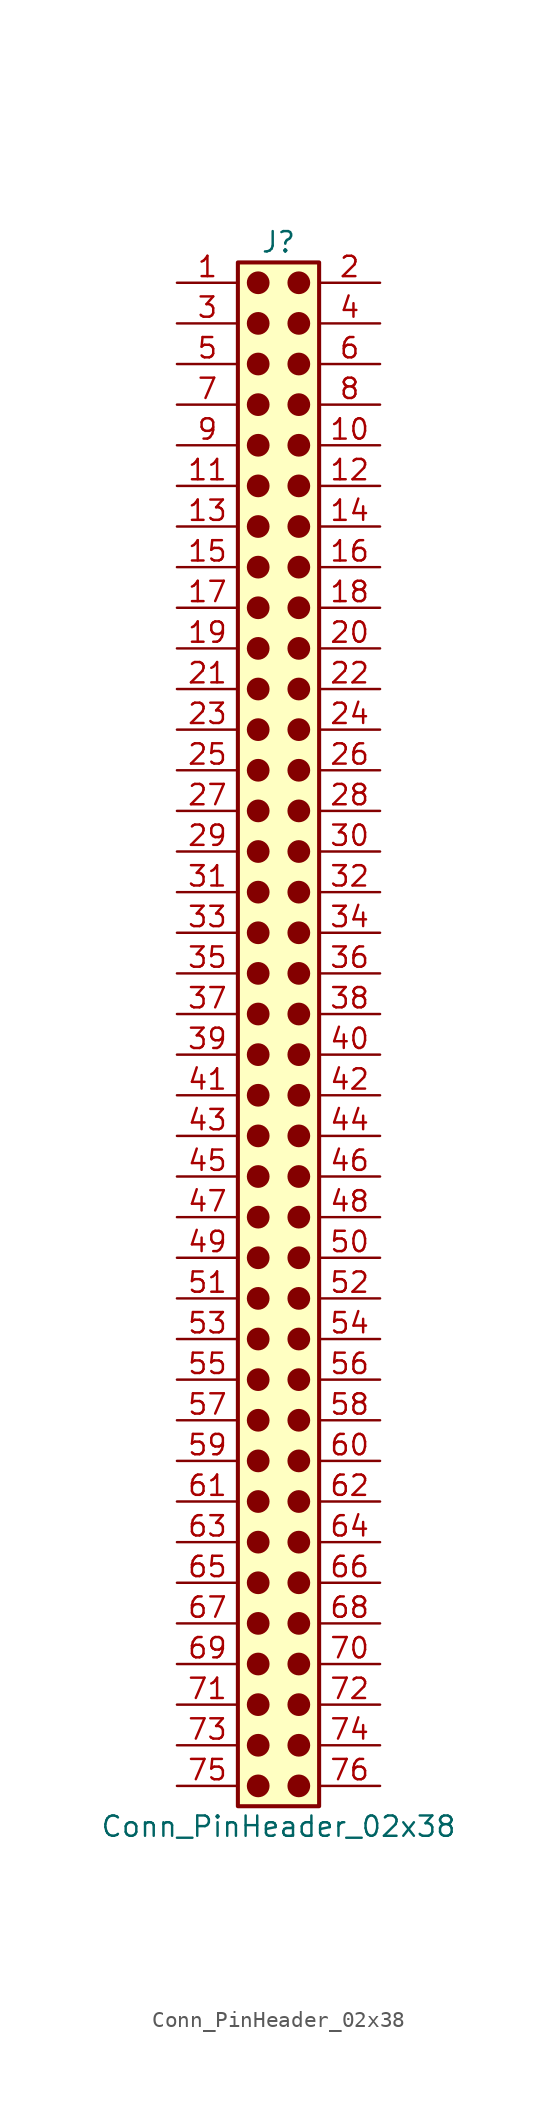
<source format=kicad_sym>
(kicad_symbol_lib
  (version 20241209)
  (generator "kicad_symbol_editor")
  (generator_version "9.0")
  (symbol "Conn_PinHeader_02x38"
    (pin_names
      (offset 1.016)
      (hide yes))
    (property "Reference" "J"
      (at 1.27 48.26 0)
      (effects (font (size 1.27 1.27))))
    (property "Value" "Conn_PinHeader_02x38"
      (at 1.27 -50.8 0)
      (effects (font (size 1.27 1.27))))
    (symbol "Conn_PinHeader_02x38_1_1"
      (rectangle (start -1.27 46.99) (end 3.81 -49.53) (stroke (width 0.254) (type default)) (fill (type background)))
      (circle (center 0 45.72) (radius 0.635) (stroke (width 0) (type solid) (color 132 0 0 1)) (fill (type outline)))
      (circle (center 0 43.18) (radius 0.635) (stroke (width 0) (type solid) (color 132 0 0 1)) (fill (type outline)))
      (circle (center 0 40.64) (radius 0.635) (stroke (width 0) (type solid) (color 132 0 0 1)) (fill (type outline)))
      (circle (center 0 38.1) (radius 0.635) (stroke (width 0) (type solid) (color 132 0 0 1)) (fill (type outline)))
      (circle (center 0 35.56) (radius 0.635) (stroke (width 0) (type solid) (color 132 0 0 1)) (fill (type outline)))
      (circle (center 0 33.02) (radius 0.635) (stroke (width 0) (type solid) (color 132 0 0 1)) (fill (type outline)))
      (circle (center 0 30.48) (radius 0.635) (stroke (width 0) (type solid) (color 132 0 0 1)) (fill (type outline)))
      (circle (center 0 27.94) (radius 0.635) (stroke (width 0) (type solid) (color 132 0 0 1)) (fill (type outline)))
      (circle (center 0 25.4) (radius 0.635) (stroke (width 0) (type solid) (color 132 0 0 1)) (fill (type outline)))
      (circle (center 0 22.86) (radius 0.635) (stroke (width 0) (type solid) (color 132 0 0 1)) (fill (type outline)))
      (circle (center 0 20.32) (radius 0.635) (stroke (width 0) (type solid) (color 132 0 0 1)) (fill (type outline)))
      (circle (center 0 17.78) (radius 0.635) (stroke (width 0) (type solid) (color 132 0 0 1)) (fill (type outline)))
      (circle (center 0 15.24) (radius 0.635) (stroke (width 0) (type solid) (color 132 0 0 1)) (fill (type outline)))
      (circle (center 0 12.7) (radius 0.635) (stroke (width 0) (type solid) (color 132 0 0 1)) (fill (type outline)))
      (circle (center 0 10.16) (radius 0.635) (stroke (width 0) (type solid) (color 132 0 0 1)) (fill (type outline)))
      (circle (center 0 7.62) (radius 0.635) (stroke (width 0) (type solid) (color 132 0 0 1)) (fill (type outline)))
      (circle (center 0 5.08) (radius 0.635) (stroke (width 0) (type solid) (color 132 0 0 1)) (fill (type outline)))
      (circle (center 0 2.54) (radius 0.635) (stroke (width 0) (type solid) (color 132 0 0 1)) (fill (type outline)))
      (circle (center 0 0) (radius 0.635) (stroke (width 0) (type solid) (color 132 0 0 1)) (fill (type outline)))
      (circle (center 0 -2.54) (radius 0.635) (stroke (width 0) (type solid) (color 132 0 0 1)) (fill (type outline)))
      (circle (center 0 -5.08) (radius 0.635) (stroke (width 0) (type solid) (color 132 0 0 1)) (fill (type outline)))
      (circle (center 0 -7.62) (radius 0.635) (stroke (width 0) (type solid) (color 132 0 0 1)) (fill (type outline)))
      (circle (center 0 -10.16) (radius 0.635) (stroke (width 0) (type solid) (color 132 0 0 1)) (fill (type outline)))
      (circle (center 0 -12.7) (radius 0.635) (stroke (width 0) (type solid) (color 132 0 0 1)) (fill (type outline)))
      (circle (center 0 -15.24) (radius 0.635) (stroke (width 0) (type solid) (color 132 0 0 1)) (fill (type outline)))
      (circle (center 0 -17.78) (radius 0.635) (stroke (width 0) (type solid) (color 132 0 0 1)) (fill (type outline)))
      (circle (center 0 -20.32) (radius 0.635) (stroke (width 0) (type solid) (color 132 0 0 1)) (fill (type outline)))
      (circle (center 0 -22.86) (radius 0.635) (stroke (width 0) (type solid) (color 132 0 0 1)) (fill (type outline)))
      (circle (center 0 -25.4) (radius 0.635) (stroke (width 0) (type solid) (color 132 0 0 1)) (fill (type outline)))
      (circle (center 0 -27.94) (radius 0.635) (stroke (width 0) (type solid) (color 132 0 0 1)) (fill (type outline)))
      (circle (center 0 -30.48) (radius 0.635) (stroke (width 0) (type solid) (color 132 0 0 1)) (fill (type outline)))
      (circle (center 0 -33.02) (radius 0.635) (stroke (width 0) (type solid) (color 132 0 0 1)) (fill (type outline)))
      (circle (center 0 -35.56) (radius 0.635) (stroke (width 0) (type solid) (color 132 0 0 1)) (fill (type outline)))
      (circle (center 0 -38.1) (radius 0.635) (stroke (width 0) (type solid) (color 132 0 0 1)) (fill (type outline)))
      (circle (center 0 -40.64) (radius 0.635) (stroke (width 0) (type solid) (color 132 0 0 1)) (fill (type outline)))
      (circle (center 0 -43.18) (radius 0.635) (stroke (width 0) (type solid) (color 132 0 0 1)) (fill (type outline)))
      (circle (center 0 -45.72) (radius 0.635) (stroke (width 0) (type solid) (color 132 0 0 1)) (fill (type outline)))
      (circle (center 0 -48.26) (radius 0.635) (stroke (width 0) (type solid) (color 132 0 0 1)) (fill (type outline)))
      (circle (center 2.54 45.72) (radius 0.635) (stroke (width 0) (type solid) (color 132 0 0 1)) (fill (type outline)))
      (circle (center 2.54 43.18) (radius 0.635) (stroke (width 0) (type solid) (color 132 0 0 1)) (fill (type outline)))
      (circle (center 2.54 40.64) (radius 0.635) (stroke (width 0) (type solid) (color 132 0 0 1)) (fill (type outline)))
      (circle (center 2.54 38.1) (radius 0.635) (stroke (width 0) (type solid) (color 132 0 0 1)) (fill (type outline)))
      (circle (center 2.54 35.56) (radius 0.635) (stroke (width 0) (type solid) (color 132 0 0 1)) (fill (type outline)))
      (circle (center 2.54 33.02) (radius 0.635) (stroke (width 0) (type solid) (color 132 0 0 1)) (fill (type outline)))
      (circle (center 2.54 30.48) (radius 0.635) (stroke (width 0) (type solid) (color 132 0 0 1)) (fill (type outline)))
      (circle (center 2.54 27.94) (radius 0.635) (stroke (width 0) (type solid) (color 132 0 0 1)) (fill (type outline)))
      (circle (center 2.54 25.4) (radius 0.635) (stroke (width 0) (type solid) (color 132 0 0 1)) (fill (type outline)))
      (circle (center 2.54 22.86) (radius 0.635) (stroke (width 0) (type solid) (color 132 0 0 1)) (fill (type outline)))
      (circle (center 2.54 20.32) (radius 0.635) (stroke (width 0) (type solid) (color 132 0 0 1)) (fill (type outline)))
      (circle (center 2.54 17.78) (radius 0.635) (stroke (width 0) (type solid) (color 132 0 0 1)) (fill (type outline)))
      (circle (center 2.54 15.24) (radius 0.635) (stroke (width 0) (type solid) (color 132 0 0 1)) (fill (type outline)))
      (circle (center 2.54 12.7) (radius 0.635) (stroke (width 0) (type solid) (color 132 0 0 1)) (fill (type outline)))
      (circle (center 2.54 10.16) (radius 0.635) (stroke (width 0) (type solid) (color 132 0 0 1)) (fill (type outline)))
      (circle (center 2.54 7.62) (radius 0.635) (stroke (width 0) (type solid) (color 132 0 0 1)) (fill (type outline)))
      (circle (center 2.54 5.08) (radius 0.635) (stroke (width 0) (type solid) (color 132 0 0 1)) (fill (type outline)))
      (circle (center 2.54 2.54) (radius 0.635) (stroke (width 0) (type solid) (color 132 0 0 1)) (fill (type outline)))
      (circle (center 2.54 0) (radius 0.635) (stroke (width 0) (type solid) (color 132 0 0 1)) (fill (type outline)))
      (circle (center 2.54 -2.54) (radius 0.635) (stroke (width 0) (type solid) (color 132 0 0 1)) (fill (type outline)))
      (circle (center 2.54 -5.08) (radius 0.635) (stroke (width 0) (type solid) (color 132 0 0 1)) (fill (type outline)))
      (circle (center 2.54 -7.62) (radius 0.635) (stroke (width 0) (type solid) (color 132 0 0 1)) (fill (type outline)))
      (circle (center 2.54 -10.16) (radius 0.635) (stroke (width 0) (type solid) (color 132 0 0 1)) (fill (type outline)))
      (circle (center 2.54 -12.7) (radius 0.635) (stroke (width 0) (type solid) (color 132 0 0 1)) (fill (type outline)))
      (circle (center 2.54 -15.24) (radius 0.635) (stroke (width 0) (type solid) (color 132 0 0 1)) (fill (type outline)))
      (circle (center 2.54 -17.78) (radius 0.635) (stroke (width 0) (type solid) (color 132 0 0 1)) (fill (type outline)))
      (circle (center 2.54 -20.32) (radius 0.635) (stroke (width 0) (type solid) (color 132 0 0 1)) (fill (type outline)))
      (circle (center 2.54 -22.86) (radius 0.635) (stroke (width 0) (type solid) (color 132 0 0 1)) (fill (type outline)))
      (circle (center 2.54 -25.4) (radius 0.635) (stroke (width 0) (type solid) (color 132 0 0 1)) (fill (type outline)))
      (circle (center 2.54 -27.94) (radius 0.635) (stroke (width 0) (type solid) (color 132 0 0 1)) (fill (type outline)))
      (circle (center 2.54 -30.48) (radius 0.635) (stroke (width 0) (type solid) (color 132 0 0 1)) (fill (type outline)))
      (circle (center 2.54 -33.02) (radius 0.635) (stroke (width 0) (type solid) (color 132 0 0 1)) (fill (type outline)))
      (circle (center 2.54 -35.56) (radius 0.635) (stroke (width 0) (type solid) (color 132 0 0 1)) (fill (type outline)))
      (circle (center 2.54 -38.1) (radius 0.635) (stroke (width 0) (type solid) (color 132 0 0 1)) (fill (type outline)))
      (circle (center 2.54 -40.64) (radius 0.635) (stroke (width 0) (type solid) (color 132 0 0 1)) (fill (type outline)))
      (circle (center 2.54 -43.18) (radius 0.635) (stroke (width 0) (type solid) (color 132 0 0 1)) (fill (type outline)))
      (circle (center 2.54 -45.72) (radius 0.635) (stroke (width 0) (type solid) (color 132 0 0 1)) (fill (type outline)))
      (circle (center 2.54 -48.26) (radius 0.635) (stroke (width 0) (type solid) (color 132 0 0 1)) (fill (type outline)))
      (pin passive line (at -5.08 45.72 0) (length 3.81) (name "Pin_1" (effects (font (size 1.27 1.27)))) (number "1" (effects (font (size 1.27 1.27)))))
      (pin passive line (at -5.08 43.18 0) (length 3.81) (name "Pin_3" (effects (font (size 1.27 1.27)))) (number "3" (effects (font (size 1.27 1.27)))))
      (pin passive line (at -5.08 40.64 0) (length 3.81) (name "Pin_5" (effects (font (size 1.27 1.27)))) (number "5" (effects (font (size 1.27 1.27)))))
      (pin passive line (at -5.08 38.1 0) (length 3.81) (name "Pin_7" (effects (font (size 1.27 1.27)))) (number "7" (effects (font (size 1.27 1.27)))))
      (pin passive line (at -5.08 35.56 0) (length 3.81) (name "Pin_9" (effects (font (size 1.27 1.27)))) (number "9" (effects (font (size 1.27 1.27)))))
      (pin passive line (at -5.08 33.02 0) (length 3.81) (name "Pin_11" (effects (font (size 1.27 1.27)))) (number "11" (effects (font (size 1.27 1.27)))))
      (pin passive line (at -5.08 30.48 0) (length 3.81) (name "Pin_13" (effects (font (size 1.27 1.27)))) (number "13" (effects (font (size 1.27 1.27)))))
      (pin passive line (at -5.08 27.94 0) (length 3.81) (name "Pin_15" (effects (font (size 1.27 1.27)))) (number "15" (effects (font (size 1.27 1.27)))))
      (pin passive line (at -5.08 25.4 0) (length 3.81) (name "Pin_17" (effects (font (size 1.27 1.27)))) (number "17" (effects (font (size 1.27 1.27)))))
      (pin passive line (at -5.08 22.86 0) (length 3.81) (name "Pin_19" (effects (font (size 1.27 1.27)))) (number "19" (effects (font (size 1.27 1.27)))))
      (pin passive line (at -5.08 20.32 0) (length 3.81) (name "Pin_21" (effects (font (size 1.27 1.27)))) (number "21" (effects (font (size 1.27 1.27)))))
      (pin passive line (at -5.08 17.78 0) (length 3.81) (name "Pin_23" (effects (font (size 1.27 1.27)))) (number "23" (effects (font (size 1.27 1.27)))))
      (pin passive line (at -5.08 15.24 0) (length 3.81) (name "Pin_25" (effects (font (size 1.27 1.27)))) (number "25" (effects (font (size 1.27 1.27)))))
      (pin passive line (at -5.08 12.7 0) (length 3.81) (name "Pin_27" (effects (font (size 1.27 1.27)))) (number "27" (effects (font (size 1.27 1.27)))))
      (pin passive line (at -5.08 10.16 0) (length 3.81) (name "Pin_29" (effects (font (size 1.27 1.27)))) (number "29" (effects (font (size 1.27 1.27)))))
      (pin passive line (at -5.08 7.62 0) (length 3.81) (name "Pin_31" (effects (font (size 1.27 1.27)))) (number "31" (effects (font (size 1.27 1.27)))))
      (pin passive line (at -5.08 5.08 0) (length 3.81) (name "Pin_33" (effects (font (size 1.27 1.27)))) (number "33" (effects (font (size 1.27 1.27)))))
      (pin passive line (at -5.08 2.54 0) (length 3.81) (name "Pin_35" (effects (font (size 1.27 1.27)))) (number "35" (effects (font (size 1.27 1.27)))))
      (pin passive line (at -5.08 0 0) (length 3.81) (name "Pin_37" (effects (font (size 1.27 1.27)))) (number "37" (effects (font (size 1.27 1.27)))))
      (pin passive line (at -5.08 -2.54 0) (length 3.81) (name "Pin_39" (effects (font (size 1.27 1.27)))) (number "39" (effects (font (size 1.27 1.27)))))
      (pin passive line (at -5.08 -5.08 0) (length 3.81) (name "Pin_41" (effects (font (size 1.27 1.27)))) (number "41" (effects (font (size 1.27 1.27)))))
      (pin passive line (at -5.08 -7.62 0) (length 3.81) (name "Pin_43" (effects (font (size 1.27 1.27)))) (number "43" (effects (font (size 1.27 1.27)))))
      (pin passive line (at -5.08 -10.16 0) (length 3.81) (name "Pin_45" (effects (font (size 1.27 1.27)))) (number "45" (effects (font (size 1.27 1.27)))))
      (pin passive line (at -5.08 -12.7 0) (length 3.81) (name "Pin_47" (effects (font (size 1.27 1.27)))) (number "47" (effects (font (size 1.27 1.27)))))
      (pin passive line (at -5.08 -15.24 0) (length 3.81) (name "Pin_49" (effects (font (size 1.27 1.27)))) (number "49" (effects (font (size 1.27 1.27)))))
      (pin passive line (at -5.08 -17.78 0) (length 3.81) (name "Pin_51" (effects (font (size 1.27 1.27)))) (number "51" (effects (font (size 1.27 1.27)))))
      (pin passive line (at -5.08 -20.32 0) (length 3.81) (name "Pin_53" (effects (font (size 1.27 1.27)))) (number "53" (effects (font (size 1.27 1.27)))))
      (pin passive line (at -5.08 -22.86 0) (length 3.81) (name "Pin_55" (effects (font (size 1.27 1.27)))) (number "55" (effects (font (size 1.27 1.27)))))
      (pin passive line (at -5.08 -25.4 0) (length 3.81) (name "Pin_57" (effects (font (size 1.27 1.27)))) (number "57" (effects (font (size 1.27 1.27)))))
      (pin passive line (at -5.08 -27.94 0) (length 3.81) (name "Pin_59" (effects (font (size 1.27 1.27)))) (number "59" (effects (font (size 1.27 1.27)))))
      (pin passive line (at -5.08 -30.48 0) (length 3.81) (name "Pin_61" (effects (font (size 1.27 1.27)))) (number "61" (effects (font (size 1.27 1.27)))))
      (pin passive line (at -5.08 -33.02 0) (length 3.81) (name "Pin_63" (effects (font (size 1.27 1.27)))) (number "63" (effects (font (size 1.27 1.27)))))
      (pin passive line (at -5.08 -35.56 0) (length 3.81) (name "Pin_65" (effects (font (size 1.27 1.27)))) (number "65" (effects (font (size 1.27 1.27)))))
      (pin passive line (at -5.08 -38.1 0) (length 3.81) (name "Pin_67" (effects (font (size 1.27 1.27)))) (number "67" (effects (font (size 1.27 1.27)))))
      (pin passive line (at -5.08 -40.64 0) (length 3.81) (name "Pin_69" (effects (font (size 1.27 1.27)))) (number "69" (effects (font (size 1.27 1.27)))))
      (pin passive line (at -5.08 -43.18 0) (length 3.81) (name "Pin_71" (effects (font (size 1.27 1.27)))) (number "71" (effects (font (size 1.27 1.27)))))
      (pin passive line (at -5.08 -45.72 0) (length 3.81) (name "Pin_73" (effects (font (size 1.27 1.27)))) (number "73" (effects (font (size 1.27 1.27)))))
      (pin passive line (at -5.08 -48.26 0) (length 3.81) (name "Pin_75" (effects (font (size 1.27 1.27)))) (number "75" (effects (font (size 1.27 1.27)))))
      (pin passive line (at 7.62 45.72 180) (length 3.81) (name "Pin_2" (effects (font (size 1.27 1.27)))) (number "2" (effects (font (size 1.27 1.27)))))
      (pin passive line (at 7.62 43.18 180) (length 3.81) (name "Pin_4" (effects (font (size 1.27 1.27)))) (number "4" (effects (font (size 1.27 1.27)))))
      (pin passive line (at 7.62 40.64 180) (length 3.81) (name "Pin_6" (effects (font (size 1.27 1.27)))) (number "6" (effects (font (size 1.27 1.27)))))
      (pin passive line (at 7.62 38.1 180) (length 3.81) (name "Pin_8" (effects (font (size 1.27 1.27)))) (number "8" (effects (font (size 1.27 1.27)))))
      (pin passive line (at 7.62 35.56 180) (length 3.81) (name "Pin_10" (effects (font (size 1.27 1.27)))) (number "10" (effects (font (size 1.27 1.27)))))
      (pin passive line (at 7.62 33.02 180) (length 3.81) (name "Pin_12" (effects (font (size 1.27 1.27)))) (number "12" (effects (font (size 1.27 1.27)))))
      (pin passive line (at 7.62 30.48 180) (length 3.81) (name "Pin_14" (effects (font (size 1.27 1.27)))) (number "14" (effects (font (size 1.27 1.27)))))
      (pin passive line (at 7.62 27.94 180) (length 3.81) (name "Pin_16" (effects (font (size 1.27 1.27)))) (number "16" (effects (font (size 1.27 1.27)))))
      (pin passive line (at 7.62 25.4 180) (length 3.81) (name "Pin_18" (effects (font (size 1.27 1.27)))) (number "18" (effects (font (size 1.27 1.27)))))
      (pin passive line (at 7.62 22.86 180) (length 3.81) (name "Pin_20" (effects (font (size 1.27 1.27)))) (number "20" (effects (font (size 1.27 1.27)))))
      (pin passive line (at 7.62 20.32 180) (length 3.81) (name "Pin_22" (effects (font (size 1.27 1.27)))) (number "22" (effects (font (size 1.27 1.27)))))
      (pin passive line (at 7.62 17.78 180) (length 3.81) (name "Pin_24" (effects (font (size 1.27 1.27)))) (number "24" (effects (font (size 1.27 1.27)))))
      (pin passive line (at 7.62 15.24 180) (length 3.81) (name "Pin_26" (effects (font (size 1.27 1.27)))) (number "26" (effects (font (size 1.27 1.27)))))
      (pin passive line (at 7.62 12.7 180) (length 3.81) (name "Pin_28" (effects (font (size 1.27 1.27)))) (number "28" (effects (font (size 1.27 1.27)))))
      (pin passive line (at 7.62 10.16 180) (length 3.81) (name "Pin_30" (effects (font (size 1.27 1.27)))) (number "30" (effects (font (size 1.27 1.27)))))
      (pin passive line (at 7.62 7.62 180) (length 3.81) (name "Pin_32" (effects (font (size 1.27 1.27)))) (number "32" (effects (font (size 1.27 1.27)))))
      (pin passive line (at 7.62 5.08 180) (length 3.81) (name "Pin_34" (effects (font (size 1.27 1.27)))) (number "34" (effects (font (size 1.27 1.27)))))
      (pin passive line (at 7.62 2.54 180) (length 3.81) (name "Pin_36" (effects (font (size 1.27 1.27)))) (number "36" (effects (font (size 1.27 1.27)))))
      (pin passive line (at 7.62 0 180) (length 3.81) (name "Pin_38" (effects (font (size 1.27 1.27)))) (number "38" (effects (font (size 1.27 1.27)))))
      (pin passive line (at 7.62 -2.54 180) (length 3.81) (name "Pin_40" (effects (font (size 1.27 1.27)))) (number "40" (effects (font (size 1.27 1.27)))))
      (pin passive line (at 7.62 -5.08 180) (length 3.81) (name "Pin_42" (effects (font (size 1.27 1.27)))) (number "42" (effects (font (size 1.27 1.27)))))
      (pin passive line (at 7.62 -7.62 180) (length 3.81) (name "Pin_44" (effects (font (size 1.27 1.27)))) (number "44" (effects (font (size 1.27 1.27)))))
      (pin passive line (at 7.62 -10.16 180) (length 3.81) (name "Pin_46" (effects (font (size 1.27 1.27)))) (number "46" (effects (font (size 1.27 1.27)))))
      (pin passive line (at 7.62 -12.7 180) (length 3.81) (name "Pin_48" (effects (font (size 1.27 1.27)))) (number "48" (effects (font (size 1.27 1.27)))))
      (pin passive line (at 7.62 -15.24 180) (length 3.81) (name "Pin_50" (effects (font (size 1.27 1.27)))) (number "50" (effects (font (size 1.27 1.27)))))
      (pin passive line (at 7.62 -17.78 180) (length 3.81) (name "Pin_52" (effects (font (size 1.27 1.27)))) (number "52" (effects (font (size 1.27 1.27)))))
      (pin passive line (at 7.62 -20.32 180) (length 3.81) (name "Pin_54" (effects (font (size 1.27 1.27)))) (number "54" (effects (font (size 1.27 1.27)))))
      (pin passive line (at 7.62 -22.86 180) (length 3.81) (name "Pin_56" (effects (font (size 1.27 1.27)))) (number "56" (effects (font (size 1.27 1.27)))))
      (pin passive line (at 7.62 -25.4 180) (length 3.81) (name "Pin_58" (effects (font (size 1.27 1.27)))) (number "58" (effects (font (size 1.27 1.27)))))
      (pin passive line (at 7.62 -27.94 180) (length 3.81) (name "Pin_60" (effects (font (size 1.27 1.27)))) (number "60" (effects (font (size 1.27 1.27)))))
      (pin passive line (at 7.62 -30.48 180) (length 3.81) (name "Pin_62" (effects (font (size 1.27 1.27)))) (number "62" (effects (font (size 1.27 1.27)))))
      (pin passive line (at 7.62 -33.02 180) (length 3.81) (name "Pin_64" (effects (font (size 1.27 1.27)))) (number "64" (effects (font (size 1.27 1.27)))))
      (pin passive line (at 7.62 -35.56 180) (length 3.81) (name "Pin_66" (effects (font (size 1.27 1.27)))) (number "66" (effects (font (size 1.27 1.27)))))
      (pin passive line (at 7.62 -38.1 180) (length 3.81) (name "Pin_68" (effects (font (size 1.27 1.27)))) (number "68" (effects (font (size 1.27 1.27)))))
      (pin passive line (at 7.62 -40.64 180) (length 3.81) (name "Pin_70" (effects (font (size 1.27 1.27)))) (number "70" (effects (font (size 1.27 1.27)))))
      (pin passive line (at 7.62 -43.18 180) (length 3.81) (name "Pin_72" (effects (font (size 1.27 1.27)))) (number "72" (effects (font (size 1.27 1.27)))))
      (pin passive line (at 7.62 -45.72 180) (length 3.81) (name "Pin_74" (effects (font (size 1.27 1.27)))) (number "74" (effects (font (size 1.27 1.27)))))
      (pin passive line (at 7.62 -48.26 180) (length 3.81) (name "Pin_76" (effects (font (size 1.27 1.27)))) (number "76" (effects (font (size 1.27 1.27))))))))
</source>
